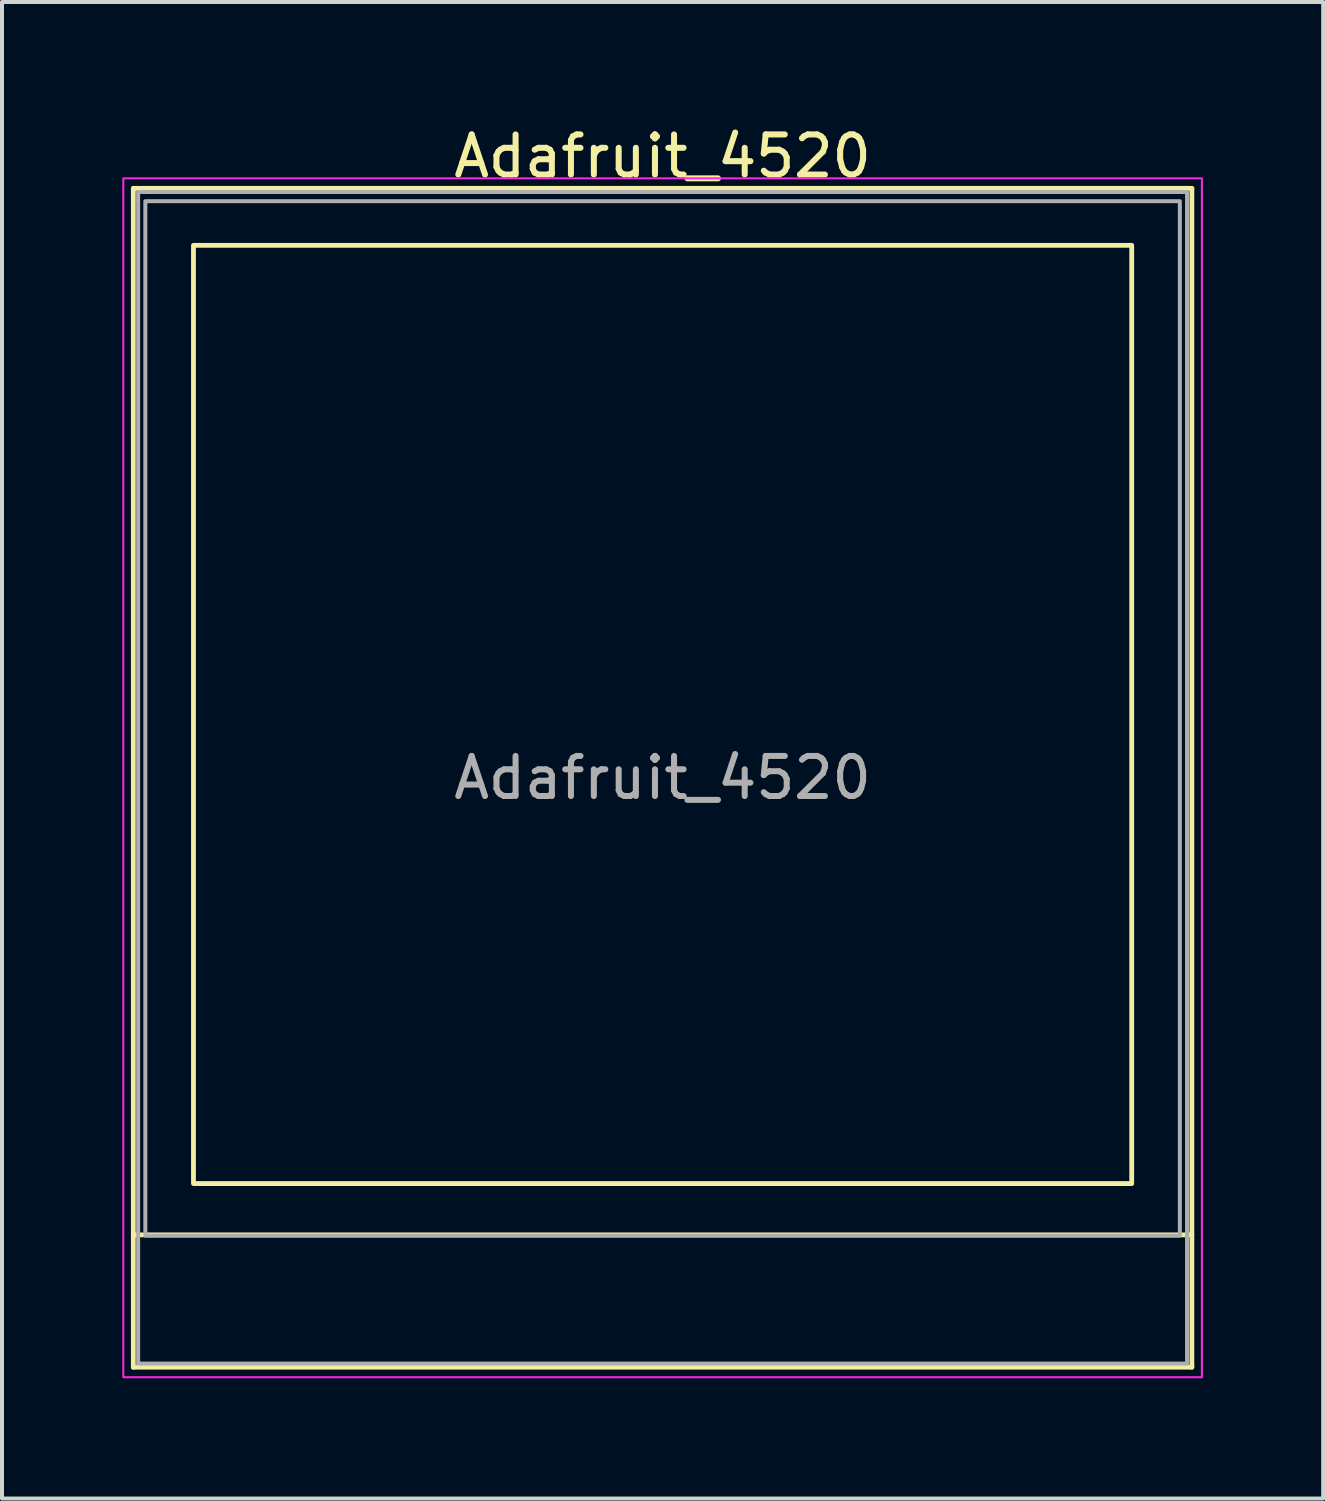
<source format=kicad_pcb>
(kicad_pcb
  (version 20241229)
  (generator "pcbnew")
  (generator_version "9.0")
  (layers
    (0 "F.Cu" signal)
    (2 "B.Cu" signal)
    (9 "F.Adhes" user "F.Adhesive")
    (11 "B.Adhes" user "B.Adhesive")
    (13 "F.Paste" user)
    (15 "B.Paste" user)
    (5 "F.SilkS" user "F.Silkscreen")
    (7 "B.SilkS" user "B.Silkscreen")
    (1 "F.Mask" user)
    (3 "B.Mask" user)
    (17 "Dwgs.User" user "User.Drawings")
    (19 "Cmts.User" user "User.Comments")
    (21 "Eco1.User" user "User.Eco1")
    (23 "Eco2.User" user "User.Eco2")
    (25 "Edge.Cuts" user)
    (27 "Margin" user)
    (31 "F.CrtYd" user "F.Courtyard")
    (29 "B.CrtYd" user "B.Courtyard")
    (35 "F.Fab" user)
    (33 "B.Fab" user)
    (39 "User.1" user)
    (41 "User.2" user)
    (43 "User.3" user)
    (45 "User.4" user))
  (footprint "Adafruit_4520"
    (layer "F.Cu")
    (at 13.475 16.348)
    (property "Reference" "Adafruit_4520" (at 0 -15.5 0) (unlocked yes) (layer "F.SilkS") (effects (font (size 1 1) (thickness 0.15))))
    (attr exclude_from_pos_files)
    (fp_line (start -13.2 -14.7) (end 13.2 -14.7) (stroke (width 0.12) (type default)) (layer "F.SilkS"))
    (fp_line (start -13.2 11.4) (end 13.2 11.4) (stroke (width 0.12) (type default)) (layer "F.SilkS"))
    (fp_line (start -13.2 14.7) (end -13.2 -14.7) (stroke (width 0.12) (type default)) (layer "F.SilkS"))
    (fp_line (start 13.2 -14.7) (end 13.2 14.7) (stroke (width 0.12) (type default)) (layer "F.SilkS"))
    (fp_line (start 13.2 14.7) (end -13.2 14.7) (stroke (width 0.12) (type default)) (layer "F.SilkS"))
    (fp_rect (start -11.7 -13.28) (end 11.7 10.12) (stroke (width 0.12) (type default)) (fill no) (layer "F.SilkS"))
    (fp_rect (start -13.45 -14.95) (end 13.45 14.95) (stroke (width 0.05) (type default)) (fill no) (layer "F.CrtYd"))
    (fp_rect (start -13.08 -14.61) (end 13.08 14.61) (stroke (width 0.1) (type default)) (fill no) (layer "F.Fab"))
    (fp_rect (start -12.9 -14.38) (end 12.9 11.42) (stroke (width 0.1) (type default)) (fill no) (layer "F.Fab"))
    (fp_text user "${REFERENCE}" (at 0 0 0) (unlocked yes) (layer "F.Fab") (effects (font (size 1 1) (thickness 0.15)))))
  (gr_rect
    (start -3 -3)
    (end 29.95 34.323)
    (stroke (width 0.1) (type default))
    (fill no)
    (layer "Edge.Cuts")))
</source>
